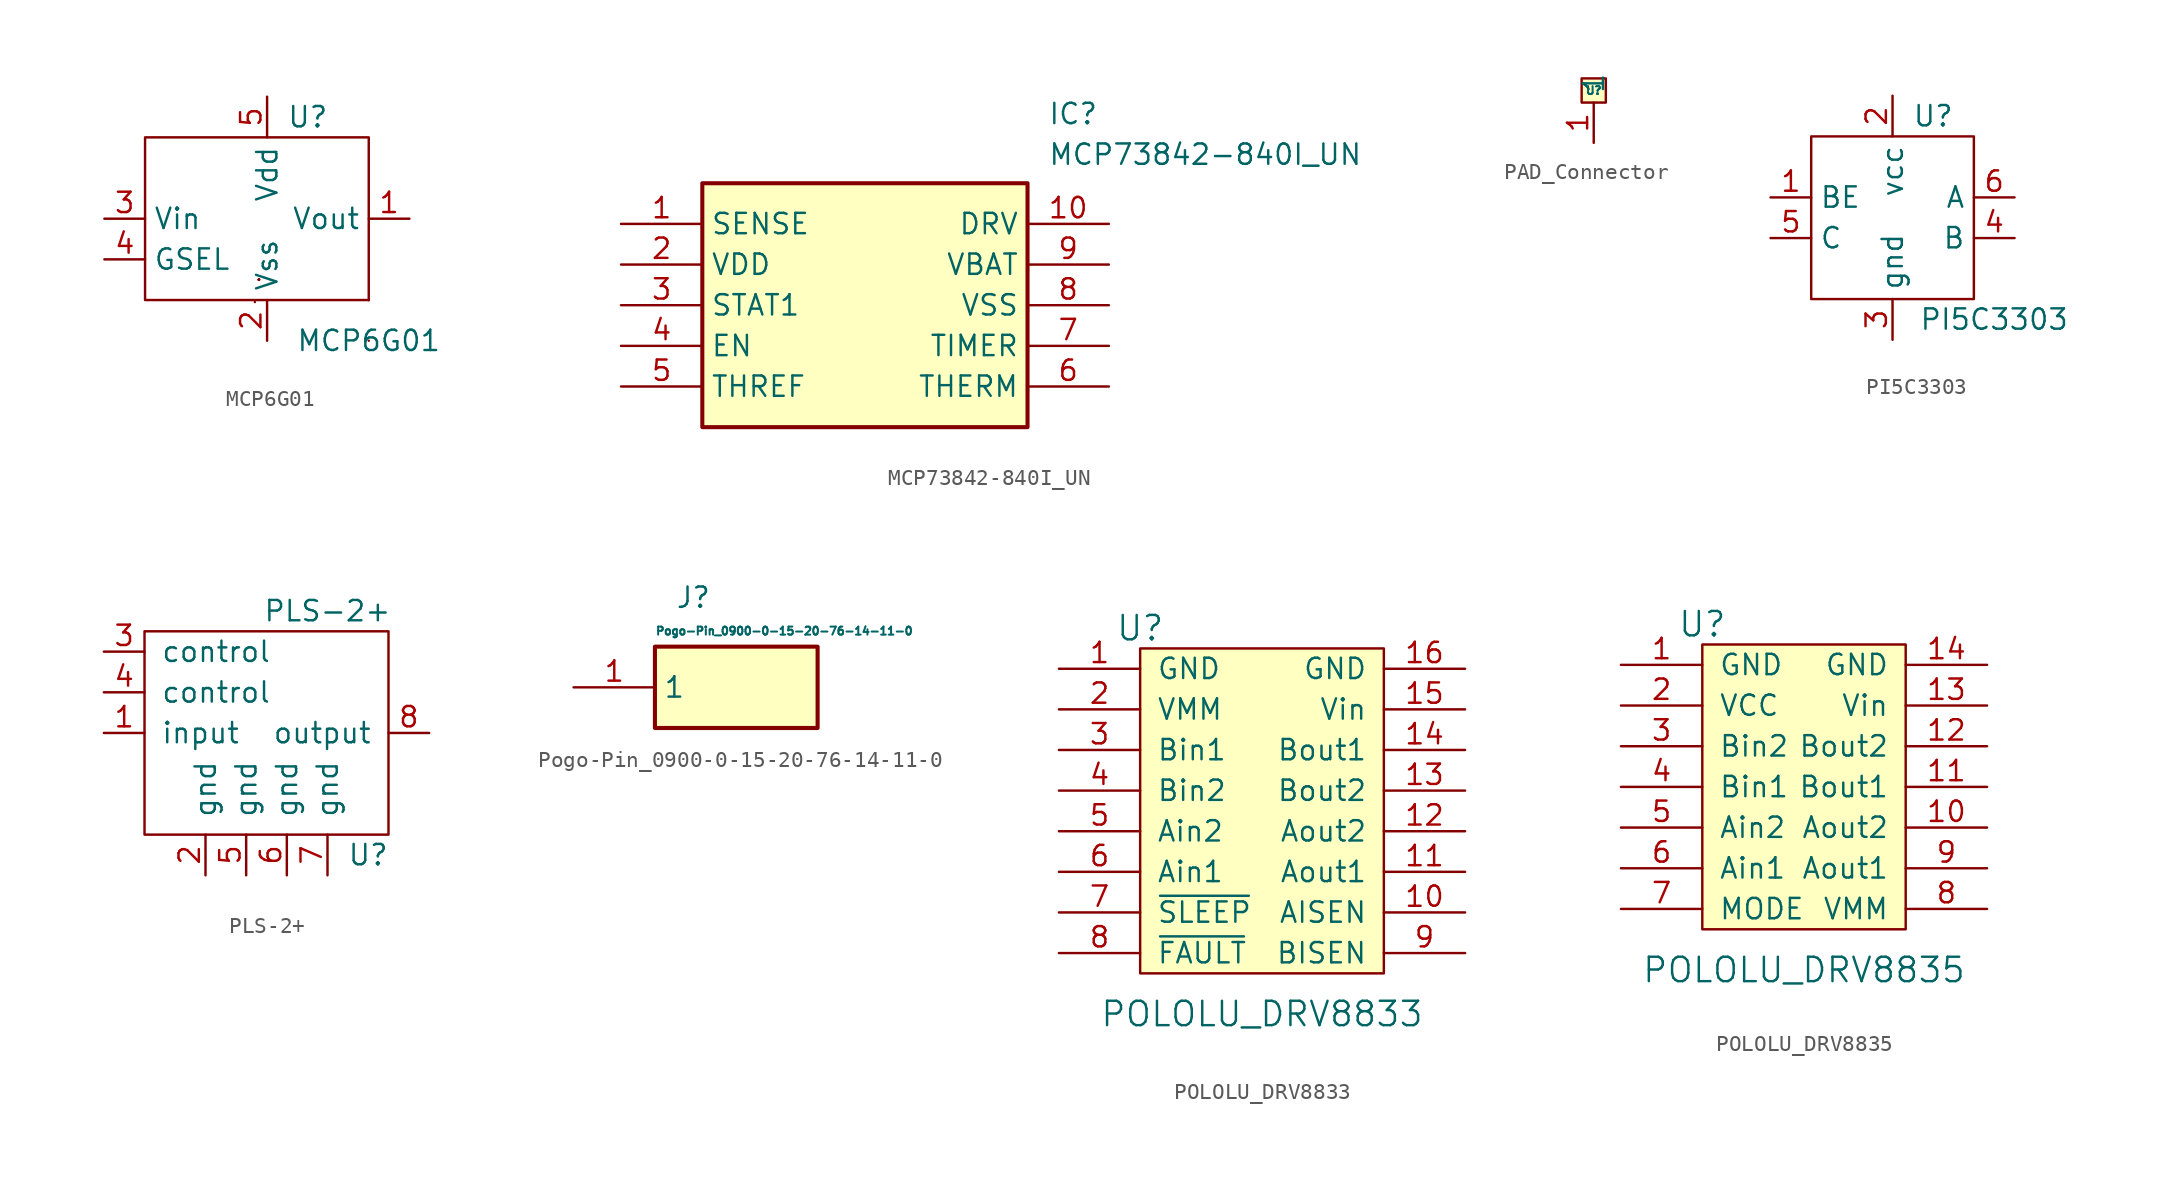
<source format=kicad_sym>
(kicad_symbol_lib
  (version 20231120)
  (generator "kicad_symbol_editor")
  (generator_version "8.0")
  (symbol "MCP6G01"
    (property "Reference" "U"
      (at 2.54 6.35 0)
      (effects (font (size 1.27 1.27))))
    (property "Value" "MCP6G01"
      (at 6.35 -7.62 0)
      (effects (font (size 1.27 1.27))))
    (symbol "MCP6G01_0_1"
      (rectangle (start -7.62 5.08) (end 6.35 -5.08) (stroke (width 0.152) (type default)) (fill (type none)))
      (rectangle (start -0.508 -3.81) (end -0.508 -3.81) (stroke (width 0.152) (type default)) (fill (type none)))
      (rectangle (start -0.508 -3.81) (end -0.508 -3.81) (stroke (width 0.152) (type default)) (fill (type none)))
      (rectangle (start -0.508 -3.81) (end -0.508 -3.81) (stroke (width 0.152) (type default)) (fill (type none)))
      (rectangle (start -0.508 -3.81) (end -0.508 -3.81) (stroke (width 0.152) (type default)) (fill (type none)))
      (rectangle (start -0.508 -3.81) (end -0.508 -3.81) (stroke (width 0.152) (type default)) (fill (type none)))
      (rectangle (start -0.508 -3.81) (end -0.508 -3.81) (stroke (width 0.152) (type default)) (fill (type none)))
      (rectangle (start -0.508 -3.81) (end -0.508 -3.81) (stroke (width 0.152) (type default)) (fill (type none)))
      (rectangle (start -0.508 -3.81) (end -0.508 -3.81) (stroke (width 0.152) (type default)) (fill (type none)))
      (polyline (pts (xy -0.762 -5.207) (xy -0.762 -5.207)) (stroke (width 0.152) (type default)) (fill (type none)))
      (polyline (pts (xy 6.35 -5.08) (xy 6.35 -5.08)) (stroke (width 0.152) (type default)) (fill (type none)))
      (rectangle (start 6.35 -7.62) (end 6.35 -7.62) (stroke (width 0.152) (type default)) (fill (type none)))
      (rectangle (start 6.35 -5.08) (end 6.35 -5.08) (stroke (width 0.152) (type default)) (fill (type none))))
    (symbol "MCP6G01_1_1"
      (pin passive line (at 8.89 0 180) (length 2.54) (name "Vout" (effects (font (size 1.27 1.27)))) (number "1" (effects (font (size 1.27 1.27)))))
      (pin passive line (at 0 -7.62 90) (length 2.54) (name "Vss" (effects (font (size 1.27 1.27)))) (number "2" (effects (font (size 1.27 1.27)))))
      (pin input line (at -10.16 0 0) (length 2.54) (name "Vin" (effects (font (size 1.27 1.27)))) (number "3" (effects (font (size 1.27 1.27)))))
      (pin input line (at -10.16 -2.54 0) (length 2.54) (name "GSEL" (effects (font (size 1.27 1.27)))) (number "4" (effects (font (size 1.27 1.27)))))
      (pin power_in line (at 0 7.62 270) (length 2.54) (name "Vdd" (effects (font (size 1.27 1.27)))) (number "5" (effects (font (size 1.27 1.27)))))))
  (symbol "MCP73842-840I_UN"
    (property "Reference" "IC"
      (at 26.67 7.62 0)
      (effects (font (size 1.27 1.27)) (justify left top)))
    (property "Value" "MCP73842-840I_UN"
      (at 26.67 5.08 0)
      (effects (font (size 1.27 1.27)) (justify left top)))
    (symbol "MCP73842-840I_UN_1_1"
      (rectangle (start 5.08 2.54) (end 25.4 -12.7) (stroke (width 0.254) (type default)) (fill (type background)))
      (pin passive line (at 0 0 0) (length 5.08) (name "SENSE" (effects (font (size 1.27 1.27)))) (number "1" (effects (font (size 1.27 1.27)))))
      (pin passive line (at 30.48 0 180) (length 5.08) (name "DRV" (effects (font (size 1.27 1.27)))) (number "10" (effects (font (size 1.27 1.27)))))
      (pin passive line (at 0 -2.54 0) (length 5.08) (name "VDD" (effects (font (size 1.27 1.27)))) (number "2" (effects (font (size 1.27 1.27)))))
      (pin passive line (at 0 -5.08 0) (length 5.08) (name "STAT1" (effects (font (size 1.27 1.27)))) (number "3" (effects (font (size 1.27 1.27)))))
      (pin passive line (at 0 -7.62 0) (length 5.08) (name "EN" (effects (font (size 1.27 1.27)))) (number "4" (effects (font (size 1.27 1.27)))))
      (pin passive line (at 0 -10.16 0) (length 5.08) (name "THREF" (effects (font (size 1.27 1.27)))) (number "5" (effects (font (size 1.27 1.27)))))
      (pin passive line (at 30.48 -10.16 180) (length 5.08) (name "THERM" (effects (font (size 1.27 1.27)))) (number "6" (effects (font (size 1.27 1.27)))))
      (pin passive line (at 30.48 -7.62 180) (length 5.08) (name "TIMER" (effects (font (size 1.27 1.27)))) (number "7" (effects (font (size 1.27 1.27)))))
      (pin passive line (at 30.48 -5.08 180) (length 5.08) (name "VSS" (effects (font (size 1.27 1.27)))) (number "8" (effects (font (size 1.27 1.27)))))
      (pin passive line (at 30.48 -2.54 180) (length 5.08) (name "VBAT" (effects (font (size 1.27 1.27)))) (number "9" (effects (font (size 1.27 1.27)))))))
  (symbol "PAD_Connector"
    (property "Reference" "U"
      (at 0 0 0)
      (effects (font (size 0.5 0.5))))
    (property "Value" ""
      (at 0 0 0)
      (effects (font (size 1.27 1.27))))
    (symbol "PAD_Connector_1_1"
      (rectangle (start -0.762 0.762) (end 0.762 -0.762) (stroke (width 0) (type default)) (fill (type background)))
      (pin input line (at 0 -3.302 90) (length 2.54) (name "1" (effects (font (size 1.27 1.27)))) (number "1" (effects (font (size 1.27 1.27)))))))
  (symbol "PI5C3303"
    (property "Reference" "U"
      (at 2.54 6.35 0)
      (effects (font (size 1.27 1.27))))
    (property "Value" "PI5C3303"
      (at 6.35 -6.35 0)
      (effects (font (size 1.27 1.27))))
    (symbol "PI5C3303_0_1"
      (rectangle (start -5.08 5.08) (end 5.08 -5.08) (stroke (width 0) (type default)) (fill (type none))))
    (symbol "PI5C3303_1_1"
      (pin input line (at -7.62 1.27 0) (length 2.54) (name "BE" (effects (font (size 1.27 1.27)))) (number "1" (effects (font (size 1.27 1.27)))))
      (pin input line (at 0 7.62 270) (length 2.54) (name "vcc" (effects (font (size 1.27 1.27)))) (number "2" (effects (font (size 1.27 1.27)))))
      (pin input line (at 0 -7.62 90) (length 2.54) (name "gnd" (effects (font (size 1.27 1.27)))) (number "3" (effects (font (size 1.27 1.27)))))
      (pin input line (at 7.62 -1.27 180) (length 2.54) (name "B" (effects (font (size 1.27 1.27)))) (number "4" (effects (font (size 1.27 1.27)))))
      (pin input line (at -7.62 -1.27 0) (length 2.54) (name "C" (effects (font (size 1.27 1.27)))) (number "5" (effects (font (size 1.27 1.27)))))
      (pin input line (at 7.62 1.27 180) (length 2.54) (name "A" (effects (font (size 1.27 1.27)))) (number "6" (effects (font (size 1.27 1.27)))))))
  (symbol "PLS-2+"
    (pin_names
      (offset 1.016))
    (property "Reference" "U"
      (at 6.35 -6.35 0)
      (effects (font (size 1.27 1.27))))
    (property "Value" "PLS-2+"
      (at 3.81 8.89 0)
      (effects (font (size 1.27 1.27))))
    (symbol "PLS-2+_0_1"
      (rectangle (start -7.62 7.62) (end 7.62 -5.08) (stroke (width 0) (type default)) (fill (type none))))
    (symbol "PLS-2+_1_1"
      (pin input line (at -10.16 1.27 0) (length 2.54) (name "input" (effects (font (size 1.27 1.27)))) (number "1" (effects (font (size 1.27 1.27)))))
      (pin input line (at -3.81 -7.62 90) (length 2.54) (name "gnd" (effects (font (size 1.27 1.27)))) (number "2" (effects (font (size 1.27 1.27)))))
      (pin input line (at -10.16 6.35 0) (length 2.54) (name "control" (effects (font (size 1.27 1.27)))) (number "3" (effects (font (size 1.27 1.27)))))
      (pin input line (at -10.16 3.81 0) (length 2.54) (name "control" (effects (font (size 1.27 1.27)))) (number "4" (effects (font (size 1.27 1.27)))))
      (pin input line (at -1.27 -7.62 90) (length 2.54) (name "gnd" (effects (font (size 1.27 1.27)))) (number "5" (effects (font (size 1.27 1.27)))))
      (pin input line (at 1.27 -7.62 90) (length 2.54) (name "gnd" (effects (font (size 1.27 1.27)))) (number "6" (effects (font (size 1.27 1.27)))))
      (pin input line (at 3.81 -7.62 90) (length 2.54) (name "gnd" (effects (font (size 1.27 1.27)))) (number "7" (effects (font (size 1.27 1.27)))))
      (pin input line (at 10.16 1.27 180) (length 2.54) (name "output" (effects (font (size 1.27 1.27)))) (number "8" (effects (font (size 1.27 1.27)))))))
  (symbol "Pogo-Pin_0900-0-15-20-76-14-11-0"
    (property "Reference" "J"
      (at 6.35 6.35 0)
      (effects (font (size 1.27 1.27)) (justify left top)))
    (property "Value" "Pogo-Pin_0900-0-15-20-76-14-11-0"
      (at 5.08 3.81 0)
      (effects (font (size 0.5 0.5)) (justify left top)))
    (symbol "Pogo-Pin_0900-0-15-20-76-14-11-0_1_1"
      (rectangle (start 5.08 2.54) (end 15.24 -2.54) (stroke (width 0.254) (type default)) (fill (type background)))
      (pin passive line (at 0 0 0) (length 5.08) (name "1" (effects (font (size 1.27 1.27)))) (number "1" (effects (font (size 1.27 1.27)))))))
  (symbol "POLOLU_DRV8833"
    (pin_names
      (offset 1.016))
    (property "Reference" "U"
      (at -7.62 11.43 0)
      (effects (font (size 1.524 1.524))))
    (property "Value" "POLOLU_DRV8833"
      (at 0 -12.7 0)
      (effects (font (size 1.524 1.524))))
    (symbol "POLOLU_DRV8833_0_1"
      (rectangle (start -7.62 10.16) (end 7.62 -10.16) (stroke (width 0) (type default)) (fill (type background))))
    (symbol "POLOLU_DRV8833_1_1"
      (pin passive line (at -12.7 8.89 0) (length 5.08) (name "GND" (effects (font (size 1.27 1.27)))) (number "1" (effects (font (size 1.27 1.27)))))
      (pin passive line (at 12.7 -6.35 180) (length 5.08) (name "AISEN" (effects (font (size 1.27 1.27)))) (number "10" (effects (font (size 1.27 1.27)))))
      (pin output line (at 12.7 -3.81 180) (length 5.08) (name "Aout1" (effects (font (size 1.27 1.27)))) (number "11" (effects (font (size 1.27 1.27)))))
      (pin output line (at 12.7 -1.27 180) (length 5.08) (name "Aout2" (effects (font (size 1.27 1.27)))) (number "12" (effects (font (size 1.27 1.27)))))
      (pin input line (at 12.7 1.27 180) (length 5.08) (name "Bout2" (effects (font (size 1.27 1.27)))) (number "13" (effects (font (size 1.27 1.27)))))
      (pin output line (at 12.7 3.81 180) (length 5.08) (name "Bout1" (effects (font (size 1.27 1.27)))) (number "14" (effects (font (size 1.27 1.27)))))
      (pin power_in line (at 12.7 6.35 180) (length 5.08) (name "Vin" (effects (font (size 1.27 1.27)))) (number "15" (effects (font (size 1.27 1.27)))))
      (pin passive line (at 12.7 8.89 180) (length 5.08) (name "GND" (effects (font (size 1.27 1.27)))) (number "16" (effects (font (size 1.27 1.27)))))
      (pin power_in line (at -12.7 6.35 0) (length 5.08) (name "VMM" (effects (font (size 1.27 1.27)))) (number "2" (effects (font (size 1.27 1.27)))))
      (pin input line (at -12.7 3.81 0) (length 5.08) (name "Bin1" (effects (font (size 1.27 1.27)))) (number "3" (effects (font (size 1.27 1.27)))))
      (pin input line (at -12.7 1.27 0) (length 5.08) (name "Bin2" (effects (font (size 1.27 1.27)))) (number "4" (effects (font (size 1.27 1.27)))))
      (pin input line (at -12.7 -1.27 0) (length 5.08) (name "Ain2" (effects (font (size 1.27 1.27)))) (number "5" (effects (font (size 1.27 1.27)))))
      (pin input line (at -12.7 -3.81 0) (length 5.08) (name "Ain1" (effects (font (size 1.27 1.27)))) (number "6" (effects (font (size 1.27 1.27)))))
      (pin passive line (at -12.7 -6.35 0) (length 5.08) (name "~{SLEEP}" (effects (font (size 1.27 1.27)))) (number "7" (effects (font (size 1.27 1.27)))))
      (pin passive line (at -12.7 -8.89 0) (length 5.08) (name "~{FAULT}" (effects (font (size 1.27 1.27)))) (number "8" (effects (font (size 1.27 1.27)))))
      (pin passive line (at 12.7 -8.89 180) (length 5.08) (name "BISEN" (effects (font (size 1.27 1.27)))) (number "9" (effects (font (size 1.27 1.27)))))))
  (symbol "POLOLU_DRV8835"
    (pin_names
      (offset 1.016))
    (property "Reference" "U"
      (at -6.35 10.16 0)
      (effects (font (size 1.524 1.524))))
    (property "Value" "POLOLU_DRV8835"
      (at 0 -11.43 0)
      (effects (font (size 1.524 1.524))))
    (symbol "POLOLU_DRV8835_0_1"
      (rectangle (start -6.35 8.89) (end 6.35 -8.89) (stroke (width 0) (type default)) (fill (type background))))
    (symbol "POLOLU_DRV8835_1_1"
      (pin passive line (at -11.43 7.62 0) (length 5.08) (name "GND" (effects (font (size 1.27 1.27)))) (number "1" (effects (font (size 1.27 1.27)))))
      (pin output line (at 11.43 -2.54 180) (length 5.08) (name "Aout2" (effects (font (size 1.27 1.27)))) (number "10" (effects (font (size 1.27 1.27)))))
      (pin input line (at 11.43 0 180) (length 5.08) (name "Bout1" (effects (font (size 1.27 1.27)))) (number "11" (effects (font (size 1.27 1.27)))))
      (pin output line (at 11.43 2.54 180) (length 5.08) (name "Bout2" (effects (font (size 1.27 1.27)))) (number "12" (effects (font (size 1.27 1.27)))))
      (pin power_in line (at 11.43 5.08 180) (length 5.08) (name "Vin" (effects (font (size 1.27 1.27)))) (number "13" (effects (font (size 1.27 1.27)))))
      (pin passive line (at 11.43 7.62 180) (length 5.08) (name "GND" (effects (font (size 1.27 1.27)))) (number "14" (effects (font (size 1.27 1.27)))))
      (pin power_in line (at -11.43 5.08 0) (length 5.08) (name "VCC" (effects (font (size 1.27 1.27)))) (number "2" (effects (font (size 1.27 1.27)))))
      (pin input line (at -11.43 2.54 0) (length 5.08) (name "Bin2" (effects (font (size 1.27 1.27)))) (number "3" (effects (font (size 1.27 1.27)))))
      (pin input line (at -11.43 0 0) (length 5.08) (name "Bin1" (effects (font (size 1.27 1.27)))) (number "4" (effects (font (size 1.27 1.27)))))
      (pin input line (at -11.43 -2.54 0) (length 5.08) (name "Ain2" (effects (font (size 1.27 1.27)))) (number "5" (effects (font (size 1.27 1.27)))))
      (pin input line (at -11.43 -5.08 0) (length 5.08) (name "Ain1" (effects (font (size 1.27 1.27)))) (number "6" (effects (font (size 1.27 1.27)))))
      (pin passive line (at -11.43 -7.62 0) (length 5.08) (name "MODE" (effects (font (size 1.27 1.27)))) (number "7" (effects (font (size 1.27 1.27)))))
      (pin passive line (at 11.43 -7.62 180) (length 5.08) (name "VMM" (effects (font (size 1.27 1.27)))) (number "8" (effects (font (size 1.27 1.27)))))
      (pin output line (at 11.43 -5.08 180) (length 5.08) (name "Aout1" (effects (font (size 1.27 1.27)))) (number "9" (effects (font (size 1.27 1.27))))))))
</source>
